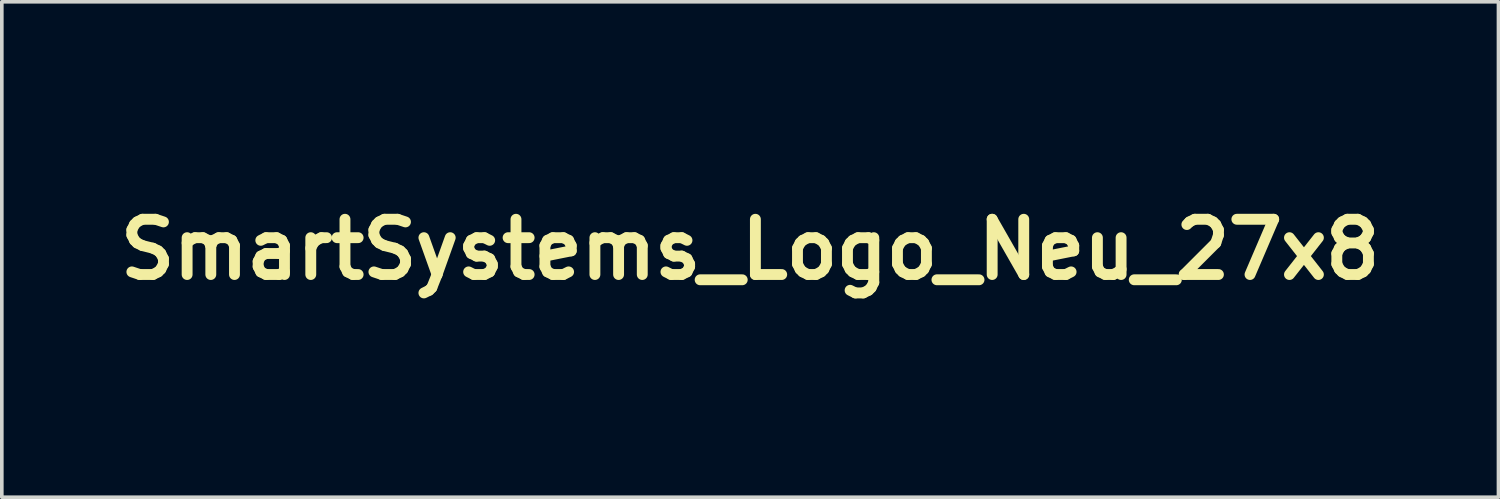
<source format=kicad_pcb>
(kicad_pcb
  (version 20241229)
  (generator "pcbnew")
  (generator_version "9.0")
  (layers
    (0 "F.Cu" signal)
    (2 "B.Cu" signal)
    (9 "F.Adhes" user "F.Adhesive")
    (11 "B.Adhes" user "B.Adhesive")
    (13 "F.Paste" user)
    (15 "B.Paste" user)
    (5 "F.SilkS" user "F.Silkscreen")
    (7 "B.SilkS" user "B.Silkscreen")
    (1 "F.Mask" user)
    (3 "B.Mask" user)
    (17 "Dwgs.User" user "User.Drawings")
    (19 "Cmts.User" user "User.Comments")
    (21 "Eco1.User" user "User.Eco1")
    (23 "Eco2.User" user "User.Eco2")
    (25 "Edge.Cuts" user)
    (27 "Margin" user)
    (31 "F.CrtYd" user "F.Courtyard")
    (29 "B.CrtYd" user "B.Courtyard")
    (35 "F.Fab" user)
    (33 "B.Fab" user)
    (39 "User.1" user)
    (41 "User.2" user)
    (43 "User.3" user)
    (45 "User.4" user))
  (footprint "SmartSystems_Logo_Neu_27x8"
    (layer "F.Cu")
    (at 17.642 3.833)
    (property "Reference" "SmartSystems_Logo_Neu_27x8" (at 0 0 0) (layer "F.SilkS") (effects (font (size 1.524 1.524) (thickness 0.3))))
    (attr through_hole)
    (fp_poly (pts (xy 11.426 2.27) (xy 11.5 2.276) (xy 11.533 2.292) (xy 11.537 2.321) (xy 11.533 2.345) (xy 11.522 2.401) (xy 11.502 2.508) (xy 11.475 2.654) (xy 11.444 2.826) (xy 11.41 3.014) (xy 11.376 3.204) (xy 11.344 3.385) (xy 11.316 3.544) (xy 11.294 3.671) (xy 11.281 3.751) (xy 11.278 3.775) (xy 11.246 3.784) (xy 11.164 3.79) (xy 11.047 3.793) (xy 11.021 3.793) (xy 10.764 3.793) (xy 10.783 3.7) (xy 10.796 3.634) (xy 10.817 3.516) (xy 10.845 3.361) (xy 10.877 3.183) (xy 10.889 3.116) (xy 10.923 2.924) (xy 10.956 2.74) (xy 10.985 2.582) (xy 11.006 2.468) (xy 11.01 2.447) (xy 11.045 2.269) (xy 11.298 2.269) (xy 11.426 2.27)) (stroke (width 0.01) (type solid)) (fill yes) (layer "F.Mask"))
    (fp_poly (pts (xy 3.92 2.27) (xy 4.134 2.272) (xy 4.315 2.276) (xy 4.454 2.281) (xy 4.543 2.287) (xy 4.572 2.293) (xy 4.55 2.327) (xy 4.491 2.396) (xy 4.406 2.485) (xy 4.378 2.514) (xy 4.185 2.709) (xy 3.701 2.709) (xy 3.511 2.71) (xy 3.379 2.712) (xy 3.294 2.718) (xy 3.245 2.729) (xy 3.223 2.746) (xy 3.217 2.77) (xy 3.217 2.777) (xy 3.22 2.801) (xy 3.235 2.819) (xy 3.271 2.831) (xy 3.338 2.839) (xy 3.445 2.843) (xy 3.601 2.844) (xy 3.815 2.845) (xy 4.417 2.845) (xy 4.233 3.031) (xy 4.049 3.217) (xy 3.116 3.217) (xy 3.116 3.387) (xy 4.417 3.387) (xy 4.015 3.793) (xy 2.519 3.793) (xy 2.656 3.031) (xy 2.794 2.269) (xy 3.683 2.269) (xy 3.92 2.27)) (stroke (width 0.01) (type solid)) (fill yes) (layer "F.Mask"))
    (fp_poly (pts (xy -11.09 2.271) (xy -11.015 2.28) (xy -10.981 2.298) (xy -10.973 2.328) (xy -10.979 2.382) (xy -10.996 2.489) (xy -11.02 2.633) (xy -11.05 2.801) (xy -11.058 2.842) (xy -11.089 3.012) (xy -11.115 3.159) (xy -11.133 3.272) (xy -11.142 3.334) (xy -11.142 3.34) (xy -11.128 3.358) (xy -11.079 3.371) (xy -10.989 3.381) (xy -10.85 3.388) (xy -10.653 3.393) (xy -10.566 3.394) (xy -9.991 3.404) (xy -10.17 3.598) (xy -10.35 3.793) (xy -11.034 3.793) (xy -11.278 3.792) (xy -11.461 3.789) (xy -11.59 3.783) (xy -11.671 3.774) (xy -11.711 3.761) (xy -11.718 3.751) (xy -11.713 3.706) (xy -11.697 3.605) (xy -11.673 3.458) (xy -11.642 3.276) (xy -11.605 3.068) (xy -11.591 2.989) (xy -11.464 2.269) (xy -11.218 2.269) (xy -11.09 2.271)) (stroke (width 0.01) (type solid)) (fill yes) (layer "F.Mask"))
    (fp_poly (pts (xy 13.699 2.286) (xy 13.174 2.635) (xy 13.008 2.746) (xy 12.863 2.846) (xy 12.748 2.926) (xy 12.672 2.982) (xy 12.643 3.008) (xy 12.664 3.039) (xy 12.725 3.102) (xy 12.815 3.184) (xy 12.846 3.21) (xy 12.978 3.325) (xy 13.129 3.458) (xy 13.267 3.583) (xy 13.276 3.591) (xy 13.496 3.792) (xy 12.752 3.793) (xy 12.445 3.487) (xy 12.138 3.181) (xy 12.092 3.487) (xy 12.047 3.793) (xy 11.53 3.793) (xy 11.666 3.031) (xy 11.803 2.269) (xy 12.048 2.269) (xy 12.169 2.27) (xy 12.245 2.281) (xy 12.285 2.314) (xy 12.293 2.38) (xy 12.277 2.491) (xy 12.248 2.633) (xy 12.227 2.755) (xy 12.226 2.829) (xy 12.244 2.848) (xy 12.276 2.812) (xy 12.31 2.781) (xy 12.387 2.72) (xy 12.498 2.636) (xy 12.631 2.538) (xy 12.652 2.523) (xy 13.008 2.267) (xy 13.699 2.286)) (stroke (width 0.01) (type solid)) (fill yes) (layer "F.Mask"))
    (fp_poly (pts (xy 1.809 2.276) (xy 2.688 2.286) (xy 2.492 2.498) (xy 2.296 2.709) (xy 2.029 2.709) (xy 1.895 2.711) (xy 1.814 2.718) (xy 1.771 2.734) (xy 1.751 2.764) (xy 1.746 2.786) (xy 1.733 2.848) (xy 1.713 2.961) (xy 1.686 3.108) (xy 1.658 3.268) (xy 1.625 3.466) (xy 1.599 3.607) (xy 1.575 3.701) (xy 1.545 3.757) (xy 1.503 3.785) (xy 1.444 3.794) (xy 1.359 3.794) (xy 1.299 3.793) (xy 1.17 3.791) (xy 1.096 3.784) (xy 1.063 3.769) (xy 1.061 3.741) (xy 1.063 3.734) (xy 1.075 3.678) (xy 1.096 3.572) (xy 1.122 3.429) (xy 1.15 3.268) (xy 1.179 3.103) (xy 1.205 2.957) (xy 1.226 2.846) (xy 1.237 2.787) (xy 1.242 2.753) (xy 1.23 2.731) (xy 1.191 2.718) (xy 1.113 2.71) (xy 0.985 2.705) (xy 0.894 2.702) (xy 0.535 2.692) (xy 0.733 2.479) (xy 0.931 2.266) (xy 1.809 2.276)) (stroke (width 0.01) (type solid)) (fill yes) (layer "F.Mask"))
    (fp_poly (pts (xy -4.536 2.27) (xy -4.324 2.273) (xy -4.145 2.277) (xy -4.008 2.283) (xy -3.922 2.289) (xy -3.895 2.296) (xy -3.917 2.33) (xy -3.977 2.399) (xy -4.063 2.488) (xy -4.09 2.516) (xy -4.286 2.709) (xy -4.806 2.709) (xy -4.826 2.819) (xy -4.84 2.895) (xy -4.862 3.02) (xy -4.891 3.177) (xy -4.922 3.349) (xy -4.923 3.353) (xy -4.999 3.776) (xy -5.257 3.786) (xy -5.387 3.789) (xy -5.463 3.786) (xy -5.497 3.772) (xy -5.503 3.746) (xy -5.501 3.735) (xy -5.491 3.683) (xy -5.472 3.583) (xy -5.447 3.448) (xy -5.419 3.294) (xy -5.389 3.133) (xy -5.362 2.982) (xy -5.339 2.853) (xy -5.323 2.761) (xy -5.317 2.721) (xy -5.317 2.721) (xy -5.349 2.716) (xy -5.433 2.712) (xy -5.557 2.71) (xy -5.656 2.709) (xy -5.798 2.707) (xy -5.911 2.702) (xy -5.98 2.695) (xy -5.994 2.689) (xy -5.974 2.655) (xy -5.919 2.584) (xy -5.841 2.491) (xy -5.822 2.468) (xy -5.649 2.269) (xy -4.772 2.269) (xy -4.536 2.27)) (stroke (width 0.01) (type solid)) (fill yes) (layer "F.Mask"))
    (fp_poly (pts (xy -12.053 2.276) (xy -11.873 2.279) (xy -11.734 2.283) (xy -11.645 2.288) (xy -11.616 2.295) (xy -11.639 2.33) (xy -11.699 2.398) (xy -11.784 2.488) (xy -11.812 2.516) (xy -12.008 2.709) (xy -12.489 2.709) (xy -12.679 2.71) (xy -12.811 2.712) (xy -12.895 2.718) (xy -12.944 2.729) (xy -12.965 2.746) (xy -12.971 2.771) (xy -12.971 2.777) (xy -12.968 2.801) (xy -12.953 2.819) (xy -12.917 2.831) (xy -12.85 2.839) (xy -12.743 2.843) (xy -12.588 2.844) (xy -12.374 2.845) (xy -11.771 2.845) (xy -12.139 3.217) (xy -13.073 3.217) (xy -13.073 3.387) (xy -11.771 3.387) (xy -11.972 3.59) (xy -12.173 3.793) (xy -12.911 3.793) (xy -13.153 3.793) (xy -13.336 3.791) (xy -13.467 3.788) (xy -13.556 3.782) (xy -13.61 3.773) (xy -13.637 3.76) (xy -13.646 3.743) (xy -13.647 3.734) (xy -13.64 3.684) (xy -13.623 3.578) (xy -13.598 3.427) (xy -13.565 3.243) (xy -13.528 3.036) (xy -13.518 2.98) (xy -13.39 2.286) (xy -12.503 2.277) (xy -12.266 2.276) (xy -12.053 2.276)) (stroke (width 0.01) (type solid)) (fill yes) (layer "F.Mask"))
    (fp_poly (pts (xy -8.06 2.489) (xy -8.278 2.709) (xy -8.762 2.709) (xy -8.952 2.71) (xy -9.084 2.712) (xy -9.169 2.718) (xy -9.218 2.729) (xy -9.24 2.746) (xy -9.245 2.77) (xy -9.246 2.777) (xy -9.243 2.801) (xy -9.228 2.819) (xy -9.191 2.831) (xy -9.124 2.839) (xy -9.017 2.843) (xy -8.86 2.844) (xy -8.651 2.845) (xy -8.056 2.845) (xy -8.219 3.031) (xy -8.382 3.216) (xy -8.844 3.217) (xy -9.038 3.218) (xy -9.175 3.224) (xy -9.264 3.236) (xy -9.316 3.258) (xy -9.34 3.292) (xy -9.347 3.341) (xy -9.347 3.356) (xy -9.315 3.366) (xy -9.224 3.374) (xy -9.083 3.381) (xy -8.901 3.385) (xy -8.696 3.387) (xy -8.045 3.387) (xy -8.448 3.793) (xy -9.185 3.793) (xy -9.401 3.792) (xy -9.591 3.79) (xy -9.747 3.786) (xy -9.859 3.781) (xy -9.917 3.775) (xy -9.923 3.772) (xy -9.917 3.733) (xy -9.902 3.64) (xy -9.878 3.504) (xy -9.849 3.338) (xy -9.816 3.153) (xy -9.782 2.962) (xy -9.749 2.778) (xy -9.718 2.611) (xy -9.693 2.474) (xy -9.675 2.38) (xy -9.668 2.345) (xy -9.651 2.269) (xy -7.842 2.269) (xy -8.06 2.489)) (stroke (width 0.01) (type solid)) (fill yes) (layer "F.Mask"))
    (fp_poly (pts (xy -6.014 2.272) (xy -5.904 2.279) (xy -5.847 2.29) (xy -5.844 2.3) (xy -5.881 2.327) (xy -5.966 2.385) (xy -6.089 2.467) (xy -6.239 2.565) (xy -6.393 2.666) (xy -6.91 3.001) (xy -6.48 3.389) (xy -6.05 3.776) (xy -6.786 3.795) (xy -7.083 3.5) (xy -7.224 3.365) (xy -7.323 3.28) (xy -7.38 3.247) (xy -7.396 3.253) (xy -7.409 3.309) (xy -7.429 3.411) (xy -7.45 3.538) (xy -7.452 3.548) (xy -7.491 3.793) (xy -7.742 3.793) (xy -7.862 3.79) (xy -7.951 3.781) (xy -7.992 3.768) (xy -7.993 3.766) (xy -7.987 3.725) (xy -7.971 3.631) (xy -7.947 3.494) (xy -7.918 3.327) (xy -7.885 3.142) (xy -7.851 2.952) (xy -7.817 2.767) (xy -7.787 2.601) (xy -7.761 2.466) (xy -7.744 2.374) (xy -7.738 2.345) (xy -7.724 2.306) (xy -7.693 2.284) (xy -7.632 2.273) (xy -7.524 2.269) (xy -7.465 2.269) (xy -7.335 2.271) (xy -7.26 2.278) (xy -7.227 2.293) (xy -7.224 2.32) (xy -7.226 2.328) (xy -7.241 2.391) (xy -7.261 2.492) (xy -7.283 2.609) (xy -7.302 2.717) (xy -7.313 2.795) (xy -7.315 2.816) (xy -7.29 2.806) (xy -7.219 2.763) (xy -7.114 2.692) (xy -6.983 2.599) (xy -6.923 2.555) (xy -6.53 2.269) (xy -6.171 2.269) (xy -6.014 2.272)) (stroke (width 0.01) (type solid)) (fill yes) (layer "F.Mask"))
    (fp_poly (pts (xy -0.364 2.265) (xy -0.155 2.287) (xy 0.011 2.33) (xy 0.147 2.396) (xy 0.233 2.46) (xy 0.36 2.608) (xy 0.427 2.785) (xy 0.434 2.99) (xy 0.384 3.216) (xy 0.296 3.387) (xy 0.158 3.544) (xy -0.015 3.671) (xy -0.181 3.745) (xy -0.33 3.778) (xy -0.522 3.801) (xy -0.737 3.813) (xy -0.955 3.815) (xy -1.154 3.806) (xy -1.314 3.785) (xy -1.355 3.775) (xy -1.525 3.716) (xy -1.648 3.639) (xy -1.742 3.53) (xy -1.788 3.452) (xy -1.835 3.352) (xy -1.855 3.26) (xy -1.854 3.145) (xy -1.85 3.092) (xy -1.839 3.033) (xy -1.342 3.033) (xy -1.341 3.184) (xy -1.293 3.29) (xy -1.193 3.358) (xy -1.063 3.39) (xy -0.918 3.402) (xy -0.74 3.402) (xy -0.557 3.391) (xy -0.392 3.372) (xy -0.276 3.347) (xy -0.172 3.281) (xy -0.1 3.165) (xy -0.069 3.011) (xy -0.068 2.979) (xy -0.082 2.864) (xy -0.13 2.78) (xy -0.219 2.724) (xy -0.356 2.691) (xy -0.549 2.677) (xy -0.64 2.676) (xy -0.876 2.684) (xy -1.053 2.707) (xy -1.18 2.75) (xy -1.266 2.817) (xy -1.317 2.913) (xy -1.342 3.033) (xy -1.839 3.033) (xy -1.803 2.853) (xy -1.707 2.657) (xy -1.559 2.501) (xy -1.36 2.384) (xy -1.106 2.306) (xy -0.798 2.266) (xy -0.627 2.26) (xy -0.364 2.265)) (stroke (width 0.01) (type solid)) (fill yes) (layer "F.Mask"))
    (fp_poly (pts (xy 6.375 2.274) (xy 6.522 2.277) (xy 6.624 2.283) (xy 6.67 2.29) (xy 6.672 2.293) (xy 6.649 2.329) (xy 6.589 2.398) (xy 6.504 2.488) (xy 6.476 2.516) (xy 6.28 2.709) (xy 5.835 2.709) (xy 5.66 2.712) (xy 5.503 2.719) (xy 5.379 2.729) (xy 5.306 2.741) (xy 5.301 2.743) (xy 5.174 2.819) (xy 5.088 2.926) (xy 5.048 3.049) (xy 5.06 3.172) (xy 5.126 3.281) (xy 5.133 3.288) (xy 5.167 3.317) (xy 5.203 3.338) (xy 5.252 3.353) (xy 5.326 3.364) (xy 5.433 3.371) (xy 5.585 3.375) (xy 5.793 3.379) (xy 5.845 3.38) (xy 6.042 3.385) (xy 6.213 3.391) (xy 6.349 3.399) (xy 6.437 3.407) (xy 6.469 3.415) (xy 6.446 3.449) (xy 6.387 3.517) (xy 6.303 3.603) (xy 6.29 3.616) (xy 6.111 3.793) (xy 5.604 3.793) (xy 5.403 3.792) (xy 5.256 3.788) (xy 5.148 3.78) (xy 5.066 3.765) (xy 4.995 3.743) (xy 4.924 3.712) (xy 4.745 3.602) (xy 4.626 3.463) (xy 4.56 3.287) (xy 4.544 3.168) (xy 4.552 2.976) (xy 4.606 2.81) (xy 4.714 2.656) (xy 4.826 2.547) (xy 4.922 2.468) (xy 5.013 2.407) (xy 5.113 2.362) (xy 5.23 2.329) (xy 5.376 2.306) (xy 5.562 2.291) (xy 5.797 2.282) (xy 5.986 2.277) (xy 6.193 2.274) (xy 6.375 2.274)) (stroke (width 0.01) (type solid)) (fill yes) (layer "F.Mask"))
    (fp_poly (pts (xy 7.302 2.396) (xy 7.282 2.517) (xy 7.262 2.649) (xy 7.259 2.667) (xy 7.238 2.811) (xy 7.664 2.811) (xy 7.842 2.81) (xy 7.964 2.806) (xy 8.041 2.798) (xy 8.083 2.783) (xy 8.103 2.762) (xy 8.107 2.752) (xy 8.119 2.697) (xy 8.139 2.603) (xy 8.16 2.492) (xy 8.179 2.385) (xy 8.192 2.307) (xy 8.196 2.28) (xy 8.227 2.275) (xy 8.309 2.271) (xy 8.426 2.269) (xy 8.45 2.269) (xy 8.571 2.27) (xy 8.661 2.273) (xy 8.702 2.277) (xy 8.703 2.278) (xy 8.697 2.312) (xy 8.681 2.403) (xy 8.655 2.541) (xy 8.623 2.717) (xy 8.585 2.921) (xy 8.568 3.014) (xy 8.529 3.228) (xy 8.494 3.42) (xy 8.465 3.579) (xy 8.445 3.695) (xy 8.434 3.759) (xy 8.433 3.768) (xy 8.402 3.78) (xy 8.319 3.789) (xy 8.202 3.793) (xy 8.179 3.793) (xy 8.057 3.792) (xy 7.968 3.789) (xy 7.926 3.785) (xy 7.925 3.785) (xy 7.931 3.75) (xy 7.946 3.665) (xy 7.969 3.546) (xy 7.976 3.511) (xy 7.999 3.385) (xy 8.017 3.287) (xy 8.026 3.235) (xy 8.026 3.23) (xy 7.995 3.225) (xy 7.908 3.223) (xy 7.779 3.222) (xy 7.62 3.224) (xy 7.595 3.225) (xy 7.163 3.234) (xy 7.109 3.505) (xy 7.056 3.776) (xy 6.801 3.786) (xy 6.545 3.796) (xy 6.606 3.464) (xy 6.637 3.292) (xy 6.675 3.082) (xy 6.714 2.864) (xy 6.743 2.701) (xy 6.819 2.269) (xy 7.324 2.269) (xy 7.302 2.396)) (stroke (width 0.01) (type solid)) (fill yes) (layer "F.Mask"))
    (fp_poly (pts (xy -2.959 2.275) (xy -2.731 2.28) (xy -2.56 2.286) (xy -2.434 2.294) (xy -2.343 2.305) (xy -2.274 2.321) (xy -2.217 2.343) (xy -2.181 2.361) (xy -2.04 2.461) (xy -1.958 2.583) (xy -1.931 2.738) (xy -1.931 2.75) (xy -1.958 2.909) (xy -2.032 3.06) (xy -2.14 3.184) (xy -2.268 3.263) (xy -2.294 3.272) (xy -2.354 3.294) (xy -2.371 3.31) (xy -2.351 3.343) (xy -2.298 3.415) (xy -2.221 3.513) (xy -2.183 3.561) (xy -1.995 3.793) (xy -2.667 3.793) (xy -2.796 3.606) (xy -2.925 3.418) (xy -3.283 3.428) (xy -3.64 3.437) (xy -3.697 3.793) (xy -3.948 3.793) (xy -4.069 3.79) (xy -4.158 3.782) (xy -4.199 3.77) (xy -4.199 3.768) (xy -4.193 3.726) (xy -4.177 3.632) (xy -4.153 3.502) (xy -4.132 3.387) (xy -4.104 3.241) (xy -4.082 3.123) (xy -4.068 3.046) (xy -4.064 3.025) (xy -4.032 3.022) (xy -3.941 3.019) (xy -3.803 3.016) (xy -3.625 3.012) (xy -3.419 3.009) (xy -3.32 3.007) (xy -3.076 3.004) (xy -2.891 3) (xy -2.755 2.994) (xy -2.659 2.987) (xy -2.595 2.976) (xy -2.552 2.962) (xy -2.522 2.942) (xy -2.504 2.925) (xy -2.456 2.863) (xy -2.458 2.808) (xy -2.47 2.781) (xy -2.485 2.758) (xy -2.507 2.74) (xy -2.545 2.727) (xy -2.608 2.719) (xy -2.705 2.713) (xy -2.844 2.711) (xy -3.034 2.71) (xy -3.252 2.709) (xy -3.469 2.708) (xy -3.66 2.705) (xy -3.817 2.7) (xy -3.93 2.694) (xy -3.99 2.686) (xy -3.996 2.683) (xy -3.974 2.648) (xy -3.914 2.58) (xy -3.828 2.49) (xy -3.797 2.459) (xy -3.598 2.263) (xy -2.959 2.275)) (stroke (width 0.01) (type solid)) (fill yes) (layer "F.Mask"))
    (fp_poly (pts (xy 9.281 2.253) (xy 9.324 2.283) (xy 9.405 2.354) (xy 9.514 2.458) (xy 9.642 2.586) (xy 9.753 2.7) (xy 9.885 2.837) (xy 10.002 2.955) (xy 10.093 3.045) (xy 10.152 3.099) (xy 10.172 3.113) (xy 10.182 3.076) (xy 10.199 2.986) (xy 10.222 2.859) (xy 10.242 2.743) (xy 10.273 2.557) (xy 10.296 2.427) (xy 10.32 2.343) (xy 10.351 2.295) (xy 10.396 2.273) (xy 10.462 2.268) (xy 10.556 2.269) (xy 10.571 2.269) (xy 10.695 2.271) (xy 10.764 2.279) (xy 10.791 2.296) (xy 10.79 2.326) (xy 10.789 2.328) (xy 10.777 2.379) (xy 10.756 2.485) (xy 10.727 2.635) (xy 10.692 2.817) (xy 10.655 3.02) (xy 10.653 3.031) (xy 10.611 3.255) (xy 10.578 3.423) (xy 10.551 3.543) (xy 10.526 3.626) (xy 10.502 3.682) (xy 10.474 3.72) (xy 10.441 3.751) (xy 10.34 3.806) (xy 10.239 3.827) (xy 10.195 3.822) (xy 10.147 3.801) (xy 10.088 3.759) (xy 10.009 3.689) (xy 9.903 3.583) (xy 9.761 3.436) (xy 9.714 3.386) (xy 9.56 3.221) (xy 9.447 3.103) (xy 9.368 3.034) (xy 9.315 3.014) (xy 9.279 3.044) (xy 9.253 3.126) (xy 9.228 3.262) (xy 9.197 3.451) (xy 9.195 3.463) (xy 9.138 3.793) (xy 8.903 3.793) (xy 8.78 3.792) (xy 8.712 3.785) (xy 8.684 3.768) (xy 8.682 3.735) (xy 8.686 3.717) (xy 8.697 3.66) (xy 8.718 3.548) (xy 8.746 3.395) (xy 8.779 3.212) (xy 8.808 3.049) (xy 8.844 2.853) (xy 8.878 2.677) (xy 8.909 2.534) (xy 8.933 2.434) (xy 8.946 2.395) (xy 9.008 2.333) (xy 9.105 2.28) (xy 9.209 2.25) (xy 9.281 2.253)) (stroke (width 0.01) (type solid)) (fill yes) (layer "F.Mask"))
    (fp_poly (pts (xy 12.376 -3.793) (xy 12.687 -3.791) (xy 12.971 -3.79) (xy 13.22 -3.787) (xy 13.429 -3.784) (xy 13.591 -3.78) (xy 13.699 -3.777) (xy 13.748 -3.772) (xy 13.75 -3.771) (xy 13.727 -3.741) (xy 13.665 -3.671) (xy 13.571 -3.569) (xy 13.453 -3.444) (xy 13.352 -3.34) (xy 12.954 -2.929) (xy 12.446 -2.913) (xy 11.938 -2.896) (xy 11.752 -1.837) (xy 11.565 -0.779) (xy 11.066 -0.779) (xy 10.872 -0.78) (xy 10.735 -0.782) (xy 10.647 -0.788) (xy 10.596 -0.799) (xy 10.573 -0.815) (xy 10.568 -0.838) (xy 10.568 -0.838) (xy 10.574 -0.886) (xy 10.591 -0.991) (xy 10.616 -1.145) (xy 10.65 -1.339) (xy 10.689 -1.565) (xy 10.732 -1.814) (xy 10.747 -1.897) (xy 10.925 -2.896) (xy 9.506 -2.929) (xy 9.62 -3.048) (xy 9.772 -3.048) (xy 10.426 -3.048) (xy 11.08 -3.048) (xy 11.06 -2.955) (xy 11.047 -2.888) (xy 11.025 -2.768) (xy 10.996 -2.607) (xy 10.961 -2.414) (xy 10.923 -2.2) (xy 10.883 -1.973) (xy 10.843 -1.746) (xy 10.805 -1.527) (xy 10.77 -1.326) (xy 10.741 -1.154) (xy 10.719 -1.021) (xy 10.705 -0.937) (xy 10.702 -0.913) (xy 10.735 -0.897) (xy 10.829 -0.888) (xy 10.98 -0.886) (xy 11.083 -0.888) (xy 11.464 -0.897) (xy 11.656 -1.964) (xy 11.703 -2.224) (xy 11.746 -2.461) (xy 11.783 -2.668) (xy 11.814 -2.837) (xy 11.836 -2.959) (xy 11.849 -3.028) (xy 11.851 -3.04) (xy 11.884 -3.042) (xy 11.973 -3.045) (xy 12.107 -3.047) (xy 12.274 -3.049) (xy 12.387 -3.049) (xy 12.92 -3.051) (xy 13.202 -3.354) (xy 13.485 -3.658) (xy 10.379 -3.658) (xy 10.075 -3.353) (xy 9.772 -3.048) (xy 9.62 -3.048) (xy 9.921 -3.361) (xy 10.336 -3.793) (xy 12.043 -3.793) (xy 12.376 -3.793)) (stroke (width 0.01) (type solid)) (fill yes) (layer "F.Mask"))
    (fp_poly (pts (xy 2.509 -0.406) (xy 2.78 -0.404) (xy 3.023 -0.401) (xy 3.228 -0.397) (xy 3.39 -0.393) (xy 3.5 -0.388) (xy 3.553 -0.382) (xy 3.556 -0.38) (xy 3.533 -0.348) (xy 3.471 -0.278) (xy 3.378 -0.18) (xy 3.262 -0.062) (xy 3.225 -0.025) (xy 2.894 0.305) (xy 2.141 0.305) (xy 2.09 0.584) (xy 2.066 0.718) (xy 2.033 0.899) (xy 1.997 1.106) (xy 1.959 1.321) (xy 1.943 1.414) (xy 1.848 1.964) (xy 1.449 1.964) (xy 1.269 1.962) (xy 1.148 1.956) (xy 1.078 1.945) (xy 1.051 1.927) (xy 1.05 1.921) (xy 1.056 1.876) (xy 1.072 1.775) (xy 1.096 1.627) (xy 1.128 1.443) (xy 1.165 1.232) (xy 1.185 1.116) (xy 1.224 0.897) (xy 1.258 0.701) (xy 1.287 0.536) (xy 1.307 0.414) (xy 1.319 0.343) (xy 1.321 0.33) (xy 1.289 0.322) (xy 1.2 0.314) (xy 1.067 0.309) (xy 0.9 0.305) (xy 0.776 0.305) (xy 0.594 0.303) (xy 0.439 0.298) (xy 0.322 0.291) (xy 0.255 0.282) (xy 0.243 0.275) (xy 0.269 0.241) (xy 0.332 0.169) (xy 0.503 0.169) (xy 0.98 0.169) (xy 1.18 0.171) (xy 1.32 0.176) (xy 1.407 0.186) (xy 1.449 0.2) (xy 1.456 0.212) (xy 1.451 0.256) (xy 1.435 0.357) (xy 1.41 0.505) (xy 1.379 0.689) (xy 1.343 0.9) (xy 1.321 1.025) (xy 1.282 1.245) (xy 1.248 1.442) (xy 1.22 1.607) (xy 1.199 1.729) (xy 1.187 1.799) (xy 1.185 1.813) (xy 1.217 1.82) (xy 1.3 1.826) (xy 1.419 1.829) (xy 1.467 1.829) (xy 1.749 1.829) (xy 1.896 0.999) (xy 2.043 0.169) (xy 2.864 0.169) (xy 3.082 -0.051) (xy 3.3 -0.271) (xy 0.897 -0.269) (xy 0.7 -0.05) (xy 0.503 0.169) (xy 0.332 0.169) (xy 0.333 0.168) (xy 0.426 0.066) (xy 0.539 -0.054) (xy 0.564 -0.08) (xy 0.873 -0.406) (xy 2.215 -0.406) (xy 2.509 -0.406)) (stroke (width 0.01) (type solid)) (fill yes) (layer "F.Mask"))
    (fp_poly (pts (xy 5.747 0.305) (xy 5.024 0.305) (xy 4.785 0.305) (xy 4.606 0.306) (xy 4.477 0.309) (xy 4.391 0.315) (xy 4.339 0.324) (xy 4.312 0.337) (xy 4.302 0.355) (xy 4.301 0.373) (xy 4.303 0.393) (xy 4.315 0.409) (xy 4.343 0.42) (xy 4.396 0.429) (xy 4.482 0.435) (xy 4.607 0.438) (xy 4.779 0.44) (xy 5.006 0.44) (xy 5.199 0.44) (xy 5.437 0.441) (xy 5.652 0.443) (xy 5.834 0.446) (xy 5.974 0.45) (xy 6.065 0.455) (xy 6.096 0.46) (xy 6.074 0.492) (xy 6.016 0.562) (xy 5.929 0.662) (xy 5.823 0.78) (xy 5.82 0.782) (xy 5.545 1.084) (xy 4.855 1.084) (xy 4.617 1.084) (xy 4.439 1.087) (xy 4.313 1.092) (xy 4.231 1.099) (xy 4.185 1.11) (xy 4.167 1.125) (xy 4.166 1.132) (xy 4.154 1.206) (xy 4.145 1.233) (xy 4.145 1.249) (xy 4.161 1.261) (xy 4.202 1.27) (xy 4.273 1.277) (xy 4.382 1.282) (xy 4.535 1.285) (xy 4.74 1.286) (xy 5.003 1.287) (xy 5.113 1.287) (xy 6.102 1.287) (xy 5.79 1.626) (xy 5.477 1.964) (xy 4.347 1.964) (xy 3.996 1.963) (xy 3.712 1.96) (xy 3.493 1.956) (xy 3.339 1.949) (xy 3.247 1.94) (xy 3.217 1.929) (xy 3.223 1.89) (xy 3.234 1.82) (xy 3.353 1.82) (xy 3.385 1.822) (xy 3.477 1.824) (xy 3.621 1.826) (xy 3.808 1.827) (xy 4.03 1.828) (xy 4.278 1.829) (xy 4.4 1.829) (xy 5.447 1.829) (xy 5.636 1.617) (xy 5.824 1.405) (xy 4.907 1.396) (xy 3.989 1.387) (xy 4.008 1.312) (xy 4.025 1.23) (xy 4.045 1.12) (xy 4.05 1.092) (xy 4.073 0.948) (xy 5.515 0.948) (xy 5.826 0.593) (xy 4.166 0.575) (xy 4.166 0.499) (xy 4.172 0.414) (xy 4.185 0.308) (xy 4.187 0.296) (xy 4.208 0.169) (xy 5.718 0.169) (xy 5.907 -0.042) (xy 6.095 -0.254) (xy 4.922 -0.263) (xy 4.647 -0.265) (xy 4.394 -0.265) (xy 4.171 -0.265) (xy 3.986 -0.264) (xy 3.846 -0.262) (xy 3.76 -0.26) (xy 3.734 -0.257) (xy 3.726 -0.223) (xy 3.708 -0.132) (xy 3.681 0.006) (xy 3.648 0.181) (xy 3.61 0.384) (xy 3.57 0.604) (xy 3.528 0.831) (xy 3.487 1.057) (xy 3.448 1.271) (xy 3.414 1.463) (xy 3.385 1.623) (xy 3.365 1.742) (xy 3.354 1.809) (xy 3.353 1.82) (xy 3.234 1.82) (xy 3.239 1.793) (xy 3.263 1.649) (xy 3.294 1.468) (xy 3.331 1.258) (xy 3.371 1.029) (xy 3.413 0.79) (xy 3.454 0.553) (xy 3.495 0.325) (xy 3.532 0.116) (xy 3.564 -0.063) (xy 3.59 -0.204) (xy 3.607 -0.297) (xy 3.61 -0.313) (xy 3.629 -0.406) (xy 6.406 -0.406) (xy 5.747 0.305)) (stroke (width 0.01) (type solid)) (fill yes) (layer "F.Mask"))
    (fp_poly (pts (xy 7.197 -3.793) (xy 7.55 -3.792) (xy 7.843 -3.788) (xy 8.084 -3.781) (xy 8.282 -3.77) (xy 8.444 -3.754) (xy 8.578 -3.733) (xy 8.692 -3.705) (xy 8.795 -3.67) (xy 8.873 -3.637) (xy 9.096 -3.504) (xy 9.263 -3.336) (xy 9.37 -3.137) (xy 9.418 -2.913) (xy 9.403 -2.667) (xy 9.342 -2.448) (xy 9.246 -2.265) (xy 9.107 -2.089) (xy 8.941 -1.939) (xy 8.766 -1.831) (xy 8.711 -1.808) (xy 8.536 -1.746) (xy 8.615 -1.66) (xy 8.664 -1.603) (xy 8.745 -1.505) (xy 8.847 -1.377) (xy 8.961 -1.232) (xy 9.004 -1.177) (xy 9.314 -0.779) (xy 7.969 -0.779) (xy 7.709 -1.169) (xy 7.449 -1.559) (xy 6.799 -1.55) (xy 6.15 -1.541) (xy 6.019 -0.779) (xy 5.516 -0.779) (xy 5.34 -0.78) (xy 5.191 -0.783) (xy 5.08 -0.788) (xy 5.02 -0.793) (xy 5.012 -0.796) (xy 5.018 -0.833) (xy 5.026 -0.881) (xy 5.142 -0.881) (xy 5.915 -0.881) (xy 5.981 -1.262) (xy 6.047 -1.643) (xy 7.535 -1.659) (xy 8.043 -0.882) (xy 9.081 -0.881) (xy 8.867 -1.158) (xy 8.755 -1.3) (xy 8.636 -1.444) (xy 8.53 -1.569) (xy 8.492 -1.611) (xy 8.413 -1.7) (xy 8.355 -1.769) (xy 8.331 -1.803) (xy 8.331 -1.804) (xy 8.361 -1.821) (xy 8.437 -1.846) (xy 8.492 -1.861) (xy 8.742 -1.956) (xy 8.955 -2.103) (xy 9.124 -2.294) (xy 9.243 -2.521) (xy 9.3 -2.749) (xy 9.298 -2.962) (xy 9.234 -3.156) (xy 9.113 -3.326) (xy 8.939 -3.466) (xy 8.717 -3.571) (xy 8.541 -3.62) (xy 8.45 -3.631) (xy 8.296 -3.641) (xy 8.085 -3.648) (xy 7.823 -3.654) (xy 7.514 -3.657) (xy 7.267 -3.658) (xy 6.173 -3.658) (xy 5.896 -3.354) (xy 5.619 -3.051) (xy 6.916 -3.041) (xy 7.251 -3.038) (xy 7.525 -3.035) (xy 7.745 -3.031) (xy 7.918 -3.027) (xy 8.05 -3.021) (xy 8.148 -3.014) (xy 8.219 -3.005) (xy 8.27 -2.993) (xy 8.307 -2.979) (xy 8.32 -2.972) (xy 8.427 -2.882) (xy 8.478 -2.768) (xy 8.476 -2.64) (xy 8.423 -2.513) (xy 8.319 -2.398) (xy 8.23 -2.337) (xy 8.077 -2.252) (xy 6.733 -2.242) (xy 5.389 -2.231) (xy 5.354 -2.055) (xy 5.334 -1.95) (xy 5.307 -1.8) (xy 5.276 -1.625) (xy 5.249 -1.473) (xy 5.22 -1.306) (xy 5.194 -1.155) (xy 5.173 -1.038) (xy 5.161 -0.974) (xy 5.142 -0.881) (xy 5.026 -0.881) (xy 5.033 -0.925) (xy 5.056 -1.061) (xy 5.085 -1.227) (xy 5.117 -1.413) (xy 5.15 -1.607) (xy 5.184 -1.797) (xy 5.214 -1.971) (xy 5.24 -2.118) (xy 5.26 -2.225) (xy 5.269 -2.276) (xy 5.288 -2.368) (xy 6.701 -2.378) (xy 7.05 -2.38) (xy 7.338 -2.383) (xy 7.57 -2.386) (xy 7.755 -2.39) (xy 7.897 -2.395) (xy 8.004 -2.401) (xy 8.081 -2.409) (xy 8.136 -2.419) (xy 8.174 -2.431) (xy 8.203 -2.446) (xy 8.207 -2.449) (xy 8.304 -2.54) (xy 8.353 -2.645) (xy 8.353 -2.748) (xy 8.303 -2.835) (xy 8.246 -2.873) (xy 8.197 -2.884) (xy 8.102 -2.893) (xy 7.957 -2.9) (xy 7.758 -2.905) (xy 7.502 -2.909) (xy 7.186 -2.912) (xy 6.806 -2.913) (xy 6.755 -2.913) (xy 6.454 -2.913) (xy 6.175 -2.914) (xy 5.925 -2.916) (xy 5.712 -2.919) (xy 5.541 -2.922) (xy 5.421 -2.926) (xy 5.359 -2.93) (xy 5.351 -2.932) (xy 5.373 -2.962) (xy 5.434 -3.032) (xy 5.527 -3.135) (xy 5.644 -3.261) (xy 5.749 -3.372) (xy 6.147 -3.793) (xy 7.197 -3.793)) (stroke (width 0.01) (type solid)) (fill yes) (layer "F.Mask"))
    (fp_poly (pts (xy -0.103 -0.406) (xy 0.11 -0.403) (xy 0.293 -0.399) (xy 0.436 -0.394) (xy 0.532 -0.387) (xy 0.57 -0.378) (xy 0.57 -0.377) (xy 0.544 -0.343) (xy 0.479 -0.27) (xy 0.386 -0.168) (xy 0.274 -0.047) (xy 0.249 -0.021) (xy -0.06 0.305) (xy -0.924 0.305) (xy -1.193 0.305) (xy -1.403 0.307) (xy -1.56 0.311) (xy -1.674 0.316) (xy -1.75 0.325) (xy -1.798 0.336) (xy -1.825 0.352) (xy -1.83 0.357) (xy -1.855 0.395) (xy -1.857 0.425) (xy -1.829 0.449) (xy -1.766 0.467) (xy -1.661 0.481) (xy -1.509 0.491) (xy -1.303 0.499) (xy -1.037 0.506) (xy -0.938 0.508) (xy -0.675 0.513) (xy -0.471 0.519) (xy -0.316 0.524) (xy -0.201 0.532) (xy -0.117 0.542) (xy -0.055 0.555) (xy -0.005 0.573) (xy 0.041 0.597) (xy 0.064 0.61) (xy 0.209 0.718) (xy 0.295 0.85) (xy 0.33 1.018) (xy 0.329 1.136) (xy 0.285 1.371) (xy 0.189 1.566) (xy 0.037 1.726) (xy -0.174 1.853) (xy -0.226 1.877) (xy -0.27 1.894) (xy -0.318 1.909) (xy -0.377 1.921) (xy -0.452 1.93) (xy -0.552 1.937) (xy -0.683 1.943) (xy -0.852 1.947) (xy -1.067 1.951) (xy -1.335 1.954) (xy -1.661 1.957) (xy -1.724 1.957) (xy -3.059 1.969) (xy -2.927 1.829) (xy -2.747 1.829) (xy -1.617 1.829) (xy -1.289 1.828) (xy -1.022 1.826) (xy -0.808 1.823) (xy -0.641 1.817) (xy -0.513 1.809) (xy -0.417 1.799) (xy -0.346 1.786) (xy -0.319 1.779) (xy -0.11 1.686) (xy 0.051 1.549) (xy 0.159 1.373) (xy 0.209 1.162) (xy 0.213 1.103) (xy 0.199 0.937) (xy 0.141 0.815) (xy 0.033 0.722) (xy -0.023 0.691) (xy -0.07 0.671) (xy -0.126 0.655) (xy -0.199 0.643) (xy -0.3 0.634) (xy -0.436 0.627) (xy -0.617 0.622) (xy -0.853 0.618) (xy -0.999 0.615) (xy -1.268 0.611) (xy -1.476 0.607) (xy -1.633 0.601) (xy -1.746 0.593) (xy -1.824 0.583) (xy -1.873 0.57) (xy -1.903 0.553) (xy -1.905 0.551) (xy -1.955 0.465) (xy -1.956 0.361) (xy -1.908 0.266) (xy -1.893 0.251) (xy -1.866 0.231) (xy -1.83 0.215) (xy -1.775 0.203) (xy -1.693 0.194) (xy -1.577 0.186) (xy -1.417 0.18) (xy -1.206 0.175) (xy -0.951 0.169) (xy -0.08 0.152) (xy 0.118 -0.061) (xy 0.315 -0.274) (xy -0.816 -0.264) (xy -1.947 -0.254) (xy -2.114 -0.168) (xy -2.233 -0.092) (xy -2.344 0.002) (xy -2.384 0.045) (xy -2.443 0.129) (xy -2.477 0.214) (xy -2.495 0.326) (xy -2.5 0.4) (xy -2.504 0.53) (xy -2.494 0.616) (xy -2.467 0.68) (xy -2.436 0.724) (xy -2.385 0.783) (xy -2.33 0.829) (xy -2.262 0.865) (xy -2.173 0.892) (xy -2.055 0.911) (xy -1.899 0.924) (xy -1.696 0.933) (xy -1.438 0.939) (xy -1.287 0.942) (xy -1.009 0.946) (xy -0.791 0.952) (xy -0.626 0.962) (xy -0.507 0.975) (xy -0.426 0.995) (xy -0.376 1.022) (xy -0.35 1.059) (xy -0.34 1.107) (xy -0.339 1.148) (xy -0.343 1.214) (xy -0.358 1.267) (xy -0.39 1.308) (xy -0.448 1.338) (xy -0.537 1.36) (xy -0.664 1.374) (xy -0.837 1.383) (xy -1.061 1.387) (xy -1.345 1.388) (xy -1.446 1.389) (xy -2.354 1.389) (xy -2.747 1.829) (xy -2.927 1.829) (xy -2.74 1.629) (xy -2.421 1.29) (xy -1.554 1.289) (xy -1.254 1.287) (xy -1.015 1.285) (xy -0.829 1.28) (xy -0.691 1.273) (xy -0.592 1.262) (xy -0.526 1.247) (xy -0.485 1.228) (xy -0.463 1.204) (xy -0.459 1.194) (xy -0.447 1.15) (xy -0.454 1.116) (xy -0.488 1.091) (xy -0.554 1.073) (xy -0.66 1.061) (xy -0.813 1.054) (xy -1.02 1.051) (xy -1.283 1.05) (xy -1.536 1.048) (xy -1.762 1.043) (xy -1.951 1.035) (xy -2.093 1.026) (xy -2.179 1.014) (xy -2.184 1.012) (xy -2.369 0.931) (xy -2.508 0.806) (xy -2.598 0.647) (xy -2.634 0.463) (xy -2.614 0.263) (xy -2.544 0.076) (xy -2.417 -0.1) (xy -2.235 -0.237) (xy -1.999 -0.336) (xy -1.869 -0.368) (xy -1.795 -0.377) (xy -1.669 -0.385) (xy -1.501 -0.392) (xy -1.299 -0.397) (xy -1.072 -0.402) (xy -0.83 -0.405) (xy -0.582 -0.406) (xy -0.336 -0.407) (xy -0.103 -0.406)) (stroke (width 0.01) (type solid)) (fill yes) (layer "F.Mask"))
    (fp_poly (pts (xy -0.753 -3.813) (xy -0.645 -3.772) (xy -0.597 -3.741) (xy -0.556 -3.706) (xy -0.521 -3.662) (xy -0.491 -3.6) (xy -0.464 -3.516) (xy -0.438 -3.401) (xy -0.412 -3.251) (xy -0.385 -3.059) (xy -0.354 -2.817) (xy -0.319 -2.521) (xy -0.284 -2.209) (xy -0.25 -1.919) (xy -0.219 -1.651) (xy -0.191 -1.412) (xy -0.166 -1.209) (xy -0.146 -1.05) (xy -0.131 -0.942) (xy -0.123 -0.892) (xy -0.122 -0.89) (xy -0.098 -0.912) (xy -0.033 -0.98) (xy 0.068 -1.089) (xy 0.201 -1.236) (xy 0.363 -1.414) (xy 0.547 -1.62) (xy 0.751 -1.848) (xy 0.97 -2.094) (xy 1.043 -2.177) (xy 1.272 -2.434) (xy 1.492 -2.68) (xy 1.698 -2.909) (xy 1.885 -3.116) (xy 2.048 -3.295) (xy 2.183 -3.44) (xy 2.284 -3.547) (xy 2.346 -3.609) (xy 2.353 -3.616) (xy 2.515 -3.737) (xy 2.675 -3.804) (xy 2.855 -3.824) (xy 2.947 -3.82) (xy 3.043 -3.811) (xy 3.125 -3.793) (xy 3.198 -3.76) (xy 3.268 -3.706) (xy 3.339 -3.625) (xy 3.418 -3.511) (xy 3.509 -3.356) (xy 3.619 -3.155) (xy 3.751 -2.902) (xy 3.792 -2.822) (xy 3.927 -2.562) (xy 4.072 -2.281) (xy 4.218 -1.997) (xy 4.357 -1.728) (xy 4.479 -1.493) (xy 4.529 -1.397) (xy 4.848 -0.779) (xy 3.064 -0.779) (xy 2.671 -0.779) (xy 2.34 -0.779) (xy 2.067 -0.78) (xy 1.846 -0.781) (xy 1.672 -0.784) (xy 1.539 -0.787) (xy 1.443 -0.791) (xy 1.377 -0.797) (xy 1.338 -0.805) (xy 1.319 -0.814) (xy 1.315 -0.825) (xy 1.322 -0.839) (xy 1.325 -0.844) (xy 1.364 -0.892) (xy 1.439 -0.979) (xy 1.54 -1.093) (xy 1.657 -1.225) (xy 1.693 -1.265) (xy 2.015 -1.622) (xy 2.599 -1.624) (xy 2.79 -1.625) (xy 2.954 -1.628) (xy 3.082 -1.633) (xy 3.161 -1.638) (xy 3.183 -1.642) (xy 3.169 -1.68) (xy 3.13 -1.764) (xy 3.072 -1.883) (xy 3.003 -2.023) (xy 2.927 -2.173) (xy 2.851 -2.32) (xy 2.782 -2.453) (xy 2.725 -2.559) (xy 2.688 -2.625) (xy 2.676 -2.642) (xy 2.65 -2.617) (xy 2.584 -2.547) (xy 2.484 -2.438) (xy 2.355 -2.295) (xy 2.201 -2.123) (xy 2.028 -1.928) (xy 1.841 -1.717) (xy 1.835 -1.71) (xy 1.012 -0.779) (xy -1.116 -0.779) (xy -1.133 -0.855) (xy -1.141 -0.913) (xy -1.153 -1.025) (xy -1.169 -1.18) (xy -1.187 -1.365) (xy -1.202 -1.541) (xy -1.221 -1.748) (xy -1.239 -1.943) (xy -1.255 -2.109) (xy -1.267 -2.234) (xy -1.274 -2.295) (xy -1.291 -2.44) (xy -1.825 -1.685) (xy -2.026 -1.406) (xy -2.192 -1.183) (xy -2.325 -1.015) (xy -2.425 -0.901) (xy -2.492 -0.841) (xy -2.661 -0.762) (xy -2.855 -0.728) (xy -3.042 -0.744) (xy -3.111 -0.765) (xy -3.171 -0.794) (xy -3.226 -0.84) (xy -3.28 -0.907) (xy -3.334 -1.004) (xy -3.395 -1.135) (xy -3.464 -1.309) (xy -3.545 -1.531) (xy -3.641 -1.807) (xy -3.693 -1.958) (xy -3.871 -2.477) (xy -3.969 -2.246) (xy -4.014 -2.141) (xy -4.081 -1.988) (xy -4.162 -1.803) (xy -4.251 -1.599) (xy -4.34 -1.397) (xy -4.613 -0.779) (xy -5.618 -0.779) (xy -5.559 -0.905) (xy -5.418 -0.905) (xy -5.387 -0.895) (xy -5.302 -0.888) (xy -5.177 -0.886) (xy -5.057 -0.888) (xy -4.695 -0.897) (xy -4.495 -1.338) (xy -4.416 -1.514) (xy -4.326 -1.718) (xy -4.231 -1.936) (xy -4.137 -2.155) (xy -4.048 -2.36) (xy -3.972 -2.54) (xy -3.915 -2.679) (xy -3.89 -2.741) (xy -3.877 -2.759) (xy -3.86 -2.751) (xy -3.836 -2.711) (xy -3.801 -2.633) (xy -3.755 -2.51) (xy -3.693 -2.336) (xy -3.614 -2.106) (xy -3.593 -2.046) (xy -3.495 -1.758) (xy -3.415 -1.527) (xy -3.35 -1.347) (xy -3.299 -1.209) (xy -3.257 -1.107) (xy -3.221 -1.033) (xy -3.19 -0.982) (xy -3.159 -0.945) (xy -3.126 -0.915) (xy -3.12 -0.91) (xy -3.017 -0.865) (xy -2.878 -0.849) (xy -2.73 -0.864) (xy -2.598 -0.907) (xy -2.548 -0.937) (xy -2.492 -0.992) (xy -2.402 -1.1) (xy -2.282 -1.256) (xy -2.135 -1.455) (xy -1.965 -1.692) (xy -1.774 -1.963) (xy -1.567 -2.263) (xy -1.487 -2.379) (xy -1.368 -2.553) (xy -1.281 -2.671) (xy -1.221 -2.734) (xy -1.184 -2.744) (xy -1.163 -2.701) (xy -1.154 -2.605) (xy -1.152 -2.459) (xy -1.152 -2.435) (xy -1.148 -2.323) (xy -1.138 -2.16) (xy -1.124 -1.961) (xy -1.106 -1.742) (xy -1.085 -1.519) (xy -1.064 -1.307) (xy -1.044 -1.123) (xy -1.031 -1.024) (xy -1.012 -0.881) (xy -0.641 -0.881) (xy 0.056 -0.881) (xy 0.945 -0.881) (xy 1.812 -1.863) (xy 2.005 -2.081) (xy 2.184 -2.282) (xy 2.345 -2.461) (xy 2.482 -2.612) (xy 2.59 -2.73) (xy 2.665 -2.809) (xy 2.701 -2.844) (xy 2.703 -2.845) (xy 2.722 -2.816) (xy 2.766 -2.738) (xy 2.83 -2.62) (xy 2.907 -2.473) (xy 2.993 -2.307) (xy 3.082 -2.134) (xy 3.169 -1.964) (xy 3.248 -1.807) (xy 3.314 -1.674) (xy 3.362 -1.575) (xy 3.385 -1.521) (xy 3.387 -1.515) (xy 3.355 -1.513) (xy 3.265 -1.512) (xy 3.128 -1.512) (xy 2.955 -1.513) (xy 2.755 -1.515) (xy 2.735 -1.515) (xy 2.083 -1.523) (xy 1.805 -1.21) (xy 1.528 -0.897) (xy 3.072 -0.889) (xy 3.389 -0.887) (xy 3.684 -0.886) (xy 3.952 -0.886) (xy 4.185 -0.887) (xy 4.376 -0.888) (xy 4.518 -0.89) (xy 4.606 -0.892) (xy 4.631 -0.895) (xy 4.62 -0.927) (xy 4.58 -1.011) (xy 4.517 -1.141) (xy 4.434 -1.308) (xy 4.335 -1.506) (xy 4.223 -1.726) (xy 4.103 -1.962) (xy 3.978 -2.205) (xy 3.852 -2.449) (xy 3.73 -2.686) (xy 3.614 -2.908) (xy 3.509 -3.108) (xy 3.418 -3.279) (xy 3.346 -3.413) (xy 3.295 -3.502) (xy 3.275 -3.534) (xy 3.158 -3.645) (xy 3.006 -3.708) (xy 2.833 -3.718) (xy 2.652 -3.674) (xy 2.625 -3.662) (xy 2.58 -3.639) (xy 2.532 -3.608) (xy 2.477 -3.565) (xy 2.411 -3.506) (xy 2.33 -3.427) (xy 2.229 -3.323) (xy 2.106 -3.191) (xy 1.957 -3.027) (xy 1.777 -2.826) (xy 1.562 -2.585) (xy 1.31 -2.299) (xy 1.134 -2.1) (xy 0.93 -1.869) (xy 0.738 -1.652) (xy 0.564 -1.454) (xy 0.411 -1.281) (xy 0.286 -1.139) (xy 0.192 -1.033) (xy 0.136 -0.97) (xy 0.124 -0.957) (xy 0.056 -0.881) (xy -0.641 -0.881) (xy -0.479 -0.881) (xy -0.373 -0.884) (xy -0.311 -0.893) (xy -0.281 -0.909) (xy -0.272 -0.936) (xy -0.271 -0.962) (xy -0.275 -1.036) (xy -0.286 -1.165) (xy -0.304 -1.338) (xy -0.327 -1.547) (xy -0.353 -1.782) (xy -0.382 -2.035) (xy -0.413 -2.294) (xy -0.445 -2.552) (xy -0.476 -2.799) (xy -0.505 -3.025) (xy -0.532 -3.221) (xy -0.554 -3.377) (xy -0.571 -3.485) (xy -0.582 -3.535) (xy -0.649 -3.622) (xy -0.759 -3.69) (xy -0.888 -3.724) (xy -0.92 -3.725) (xy -0.995 -3.711) (xy -1.097 -3.674) (xy -1.14 -3.655) (xy -1.192 -3.625) (xy -1.248 -3.58) (xy -1.314 -3.513) (xy -1.396 -3.419) (xy -1.499 -3.289) (xy -1.63 -3.118) (xy -1.794 -2.898) (xy -1.804 -2.885) (xy -1.956 -2.679) (xy -2.104 -2.478) (xy -2.241 -2.292) (xy -2.358 -2.13) (xy -2.448 -2.006) (xy -2.489 -1.947) (xy -2.566 -1.836) (xy -2.63 -1.746) (xy -2.67 -1.691) (xy -2.676 -1.683) (xy -2.697 -1.7) (xy -2.732 -1.768) (xy -2.776 -1.874) (xy -2.793 -1.92) (xy -2.861 -2.108) (xy -2.939 -2.318) (xy -3.023 -2.54) (xy -3.109 -2.764) (xy -3.193 -2.98) (xy -3.271 -3.177) (xy -3.34 -3.345) (xy -3.395 -3.475) (xy -3.432 -3.557) (xy -3.442 -3.575) (xy -3.538 -3.664) (xy -3.668 -3.708) (xy -3.816 -3.708) (xy -3.966 -3.664) (xy -4.103 -3.578) (xy -4.136 -3.546) (xy -4.183 -3.481) (xy -4.255 -3.355) (xy -4.352 -3.171) (xy -4.473 -2.928) (xy -4.618 -2.63) (xy -4.786 -2.276) (xy -4.829 -2.184) (xy -4.956 -1.913) (xy -5.074 -1.66) (xy -5.179 -1.433) (xy -5.269 -1.238) (xy -5.34 -1.082) (xy -5.39 -0.971) (xy -5.415 -0.912) (xy -5.418 -0.905) (xy -5.559 -0.905) (xy -5.304 -1.448) (xy -5.185 -1.702) (xy -5.05 -1.989) (xy -4.912 -2.284) (xy -4.782 -2.563) (xy -4.69 -2.76) (xy -4.594 -2.963) (xy -4.501 -3.154) (xy -4.417 -3.321) (xy -4.348 -3.452) (xy -4.301 -3.535) (xy -4.295 -3.544) (xy -4.171 -3.68) (xy -4.017 -3.772) (xy -3.847 -3.821) (xy -3.675 -3.823) (xy -3.516 -3.779) (xy -3.383 -3.685) (xy -3.346 -3.642) (xy -3.314 -3.582) (xy -3.26 -3.462) (xy -3.186 -3.283) (xy -3.093 -3.048) (xy -2.981 -2.761) (xy -2.852 -2.424) (xy -2.724 -2.085) (xy -2.662 -1.919) (xy -2.603 -2.001) (xy -2.313 -2.401) (xy -2.059 -2.746) (xy -1.84 -3.038) (xy -1.655 -3.278) (xy -1.503 -3.467) (xy -1.383 -3.607) (xy -1.293 -3.699) (xy -1.239 -3.743) (xy -1.085 -3.804) (xy -0.915 -3.828) (xy -0.753 -3.813)) (stroke (width 0.01) (type solid)) (fill yes) (layer "F.Mask"))
    (fp_poly (pts (xy -6.647 -3.827) (xy -6.342 -3.826) (xy -6.068 -3.825) (xy -5.832 -3.822) (xy -5.64 -3.82) (xy -5.497 -3.816) (xy -5.41 -3.812) (xy -5.385 -3.808) (xy -5.407 -3.78) (xy -5.47 -3.709) (xy -5.569 -3.601) (xy -5.697 -3.462) (xy -5.849 -3.299) (xy -6.019 -3.118) (xy -6.085 -3.047) (xy -6.785 -2.305) (xy -8.843 -2.295) (xy -9.267 -2.293) (xy -9.629 -2.292) (xy -9.934 -2.29) (xy -10.186 -2.287) (xy -10.392 -2.284) (xy -10.557 -2.281) (xy -10.685 -2.276) (xy -10.783 -2.271) (xy -10.854 -2.264) (xy -10.905 -2.256) (xy -10.941 -2.246) (xy -10.967 -2.234) (xy -10.989 -2.22) (xy -10.995 -2.215) (xy -11.083 -2.118) (xy -11.129 -2) (xy -11.133 -1.881) (xy -11.094 -1.777) (xy -11.032 -1.72) (xy -10.998 -1.71) (xy -10.933 -1.701) (xy -10.831 -1.693) (xy -10.689 -1.686) (xy -10.501 -1.68) (xy -10.265 -1.674) (xy -9.975 -1.669) (xy -9.627 -1.664) (xy -9.218 -1.659) (xy -9.042 -1.657) (xy -8.615 -1.653) (xy -8.25 -1.649) (xy -7.94 -1.644) (xy -7.68 -1.639) (xy -7.464 -1.632) (xy -7.285 -1.623) (xy -7.139 -1.611) (xy -7.018 -1.597) (xy -6.918 -1.579) (xy -6.831 -1.556) (xy -6.752 -1.53) (xy -6.675 -1.498) (xy -6.595 -1.46) (xy -6.548 -1.437) (xy -6.318 -1.29) (xy -6.13 -1.095) (xy -5.994 -0.863) (xy -5.914 -0.604) (xy -5.908 -0.567) (xy -5.885 -0.406) (xy -5.406 -0.406) (xy -4.928 -0.406) (xy -4.606 0.066) (xy -4.284 0.538) (xy -3.335 -0.406) (xy -2.833 -0.406) (xy -2.659 -0.405) (xy -2.512 -0.4) (xy -2.405 -0.392) (xy -2.348 -0.383) (xy -2.342 -0.378) (xy -2.369 -0.349) (xy -2.439 -0.279) (xy -2.547 -0.175) (xy -2.687 -0.041) (xy -2.853 0.117) (xy -3.039 0.293) (xy -3.172 0.418) (xy -3.989 1.186) (xy -4.045 1.499) (xy -4.071 1.646) (xy -4.094 1.774) (xy -4.112 1.865) (xy -4.116 1.888) (xy -4.126 1.92) (xy -4.148 1.942) (xy -4.192 1.955) (xy -4.271 1.961) (xy -4.396 1.964) (xy -4.539 1.964) (xy -4.711 1.964) (xy -4.825 1.961) (xy -4.893 1.954) (xy -4.926 1.941) (xy -4.934 1.919) (xy -4.929 1.888) (xy -4.896 1.731) (xy -4.867 1.567) (xy -4.843 1.413) (xy -4.826 1.284) (xy -4.82 1.195) (xy -4.822 1.166) (xy -4.847 1.126) (xy -4.904 1.043) (xy -4.988 0.925) (xy -5.091 0.781) (xy -5.208 0.62) (xy -5.333 0.451) (xy -5.458 0.281) (xy -5.578 0.121) (xy -5.685 -0.023) (xy -5.775 -0.14) (xy -5.84 -0.223) (xy -5.865 -0.252) (xy -5.69 -0.252) (xy -5.67 -0.221) (xy -5.616 -0.143) (xy -5.532 -0.026) (xy -5.424 0.124) (xy -5.297 0.297) (xy -5.182 0.454) (xy -4.675 1.143) (xy -4.736 1.487) (xy -4.797 1.831) (xy -4.508 1.822) (xy -4.218 1.812) (xy -4.163 1.476) (xy -4.107 1.141) (xy -3.874 0.917) (xy -3.775 0.822) (xy -3.638 0.692) (xy -3.478 0.54) (xy -3.305 0.376) (xy -3.133 0.213) (xy -3.133 0.212) (xy -2.625 -0.269) (xy -2.963 -0.27) (xy -3.301 -0.271) (xy -3.805 0.229) (xy -3.955 0.375) (xy -4.089 0.502) (xy -4.198 0.602) (xy -4.277 0.668) (xy -4.318 0.695) (xy -4.322 0.694) (xy -4.345 0.656) (xy -4.4 0.573) (xy -4.481 0.454) (xy -4.58 0.309) (xy -4.659 0.195) (xy -4.983 -0.271) (xy -5.336 -0.271) (xy -5.482 -0.269) (xy -5.598 -0.265) (xy -5.671 -0.258) (xy -5.69 -0.252) (xy -5.865 -0.252) (xy -5.873 -0.262) (xy -5.876 -0.264) (xy -5.886 -0.229) (xy -5.905 -0.142) (xy -5.929 -0.021) (xy -5.94 0.034) (xy -6.036 0.385) (xy -6.185 0.694) (xy -6.387 0.962) (xy -6.643 1.188) (xy -6.951 1.371) (xy -7.313 1.513) (xy -7.727 1.612) (xy -8.062 1.658) (xy -8.182 1.666) (xy -8.361 1.673) (xy -8.599 1.679) (xy -8.898 1.684) (xy -9.258 1.687) (xy -9.682 1.688) (xy -10.17 1.689) (xy -10.724 1.688) (xy -11.097 1.686) (xy -13.744 1.676) (xy -13.632 1.558) (xy -13.457 1.558) (xy -10.78 1.558) (xy -10.274 1.558) (xy -9.832 1.557) (xy -9.448 1.556) (xy -9.117 1.554) (xy -8.835 1.552) (xy -8.598 1.549) (xy -8.399 1.545) (xy -8.236 1.541) (xy -8.102 1.535) (xy -7.994 1.528) (xy -7.906 1.52) (xy -7.834 1.511) (xy -7.802 1.506) (xy -7.547 1.456) (xy -7.334 1.398) (xy -7.138 1.325) (xy -6.936 1.229) (xy -6.933 1.227) (xy -6.651 1.045) (xy -6.42 0.819) (xy -6.24 0.553) (xy -6.115 0.251) (xy -6.046 -0.084) (xy -6.035 -0.425) (xy -6.044 -0.584) (xy -6.061 -0.7) (xy -6.091 -0.795) (xy -6.139 -0.893) (xy -6.151 -0.916) (xy -6.298 -1.111) (xy -6.498 -1.27) (xy -6.753 -1.392) (xy -7.064 -1.478) (xy -7.383 -1.525) (xy -7.483 -1.531) (xy -7.643 -1.537) (xy -7.853 -1.543) (xy -8.106 -1.547) (xy -8.392 -1.551) (xy -8.705 -1.554) (xy -9.034 -1.556) (xy -9.32 -1.557) (xy -9.68 -1.558) (xy -10.009 -1.56) (xy -10.302 -1.563) (xy -10.552 -1.568) (xy -10.755 -1.573) (xy -10.905 -1.579) (xy -10.996 -1.586) (xy -11.02 -1.59) (xy -11.143 -1.659) (xy -11.215 -1.758) (xy -11.243 -1.899) (xy -11.244 -1.943) (xy -11.233 -2.081) (xy -11.197 -2.18) (xy -11.17 -2.218) (xy -11.138 -2.258) (xy -11.107 -2.293) (xy -11.071 -2.323) (xy -11.025 -2.347) (xy -10.965 -2.368) (xy -10.884 -2.384) (xy -10.778 -2.397) (xy -10.642 -2.408) (xy -10.47 -2.416) (xy -10.256 -2.422) (xy -9.997 -2.427) (xy -9.686 -2.431) (xy -9.319 -2.434) (xy -8.89 -2.438) (xy -8.829 -2.438) (xy -6.805 -2.455) (xy -6.232 -3.065) (xy -5.66 -3.675) (xy -8.105 -3.684) (xy -8.629 -3.686) (xy -9.091 -3.687) (xy -9.494 -3.686) (xy -9.846 -3.684) (xy -10.15 -3.68) (xy -10.411 -3.673) (xy -10.636 -3.663) (xy -10.828 -3.649) (xy -10.992 -3.632) (xy -11.135 -3.611) (xy -11.26 -3.585) (xy -11.374 -3.554) (xy -11.481 -3.517) (xy -11.585 -3.475) (xy -11.693 -3.427) (xy -11.769 -3.391) (xy -12.07 -3.215) (xy -12.317 -2.999) (xy -12.506 -2.747) (xy -12.639 -2.459) (xy -12.713 -2.138) (xy -12.728 -1.785) (xy -12.727 -1.763) (xy -12.712 -1.588) (xy -12.686 -1.455) (xy -12.642 -1.339) (xy -12.624 -1.303) (xy -12.503 -1.121) (xy -12.338 -0.953) (xy -12.154 -0.82) (xy -12.064 -0.774) (xy -11.978 -0.739) (xy -11.891 -0.709) (xy -11.798 -0.684) (xy -11.692 -0.664) (xy -11.568 -0.648) (xy -11.418 -0.635) (xy -11.236 -0.625) (xy -11.018 -0.618) (xy -10.755 -0.614) (xy -10.442 -0.611) (xy -10.073 -0.61) (xy -9.718 -0.61) (xy -9.285 -0.609) (xy -8.903 -0.606) (xy -8.575 -0.603) (xy -8.305 -0.597) (xy -8.094 -0.591) (xy -7.946 -0.583) (xy -7.862 -0.574) (xy -7.86 -0.573) (xy -7.695 -0.51) (xy -7.582 -0.407) (xy -7.524 -0.272) (xy -7.526 -0.115) (xy -7.578 0.033) (xy -7.649 0.13) (xy -7.743 0.212) (xy -7.755 0.219) (xy -7.781 0.233) (xy -7.81 0.245) (xy -7.847 0.255) (xy -7.898 0.263) (xy -7.967 0.27) (xy -8.061 0.276) (xy -8.183 0.281) (xy -8.339 0.285) (xy -8.535 0.288) (xy -8.774 0.29) (xy -9.063 0.292) (xy -9.407 0.294) (xy -9.81 0.296) (xy -10.079 0.297) (xy -12.283 0.307) (xy -12.788 0.84) (xy -12.942 1.003) (xy -13.085 1.155) (xy -13.209 1.287) (xy -13.305 1.39) (xy -13.365 1.455) (xy -13.375 1.466) (xy -13.457 1.558) (xy -13.632 1.558) (xy -13.056 0.948) (xy -12.368 0.22) (xy -10.155 0.203) (xy -9.711 0.2) (xy -9.329 0.196) (xy -9.005 0.193) (xy -8.734 0.19) (xy -8.51 0.186) (xy -8.329 0.181) (xy -8.185 0.176) (xy -8.074 0.171) (xy -7.99 0.164) (xy -7.928 0.156) (xy -7.884 0.147) (xy -7.852 0.136) (xy -7.833 0.127) (xy -7.726 0.048) (xy -7.67 -0.053) (xy -7.654 -0.196) (xy -7.674 -0.321) (xy -7.725 -0.393) (xy -7.743 -0.407) (xy -7.768 -0.418) (xy -7.805 -0.429) (xy -7.859 -0.437) (xy -7.936 -0.444) (xy -8.042 -0.45) (xy -8.181 -0.455) (xy -8.36 -0.46) (xy -8.584 -0.464) (xy -8.857 -0.468) (xy -9.186 -0.472) (xy -9.576 -0.476) (xy -9.681 -0.477) (xy -10.098 -0.482) (xy -10.453 -0.487) (xy -10.751 -0.491) (xy -10.999 -0.496) (xy -11.202 -0.502) (xy -11.366 -0.508) (xy -11.496 -0.515) (xy -11.599 -0.524) (xy -11.679 -0.534) (xy -11.742 -0.545) (xy -11.78 -0.554) (xy -12.095 -0.666) (xy -12.359 -0.821) (xy -12.57 -1.015) (xy -12.726 -1.247) (xy -12.824 -1.512) (xy -12.864 -1.806) (xy -12.842 -2.128) (xy -12.823 -2.232) (xy -12.719 -2.574) (xy -12.562 -2.874) (xy -12.351 -3.133) (xy -12.087 -3.351) (xy -11.769 -3.527) (xy -11.398 -3.661) (xy -10.974 -3.755) (xy -10.672 -3.793) (xy -10.589 -3.798) (xy -10.449 -3.802) (xy -10.259 -3.807) (xy -10.025 -3.81) (xy -9.754 -3.814) (xy -9.451 -3.817) (xy -9.123 -3.82) (xy -8.776 -3.822) (xy -8.416 -3.824) (xy -8.05 -3.826) (xy -7.684 -3.827) (xy -7.324 -3.828) (xy -6.976 -3.828) (xy -6.647 -3.827)) (stroke (width 0.01) (type solid)) (fill yes) (layer "F.Mask"))
    (fp_poly (pts (xy 9.723 -0.403) (xy 9.84 -0.335) (xy 9.849 -0.326) (xy 9.875 -0.294) (xy 9.898 -0.248) (xy 9.92 -0.181) (xy 9.942 -0.088) (xy 9.964 0.037) (xy 9.988 0.2) (xy 10.015 0.408) (xy 10.045 0.666) (xy 10.079 0.98) (xy 10.112 1.283) (xy 10.133 1.472) (xy 10.153 1.635) (xy 10.172 1.762) (xy 10.186 1.841) (xy 10.194 1.863) (xy 10.225 1.84) (xy 10.237 1.829) (xy 10.42 1.829) (xy 11.554 1.829) (xy 11.877 1.828) (xy 12.141 1.827) (xy 12.351 1.823) (xy 12.517 1.818) (xy 12.644 1.811) (xy 12.742 1.801) (xy 12.816 1.788) (xy 12.865 1.776) (xy 13.043 1.697) (xy 13.19 1.58) (xy 13.303 1.437) (xy 13.376 1.278) (xy 13.405 1.115) (xy 13.386 0.959) (xy 13.314 0.821) (xy 13.272 0.776) (xy 13.209 0.726) (xy 13.131 0.687) (xy 13.03 0.658) (xy 12.899 0.636) (xy 12.728 0.622) (xy 12.51 0.614) (xy 12.237 0.61) (xy 12.083 0.61) (xy 11.834 0.609) (xy 11.644 0.607) (xy 11.504 0.603) (xy 11.406 0.596) (xy 11.34 0.585) (xy 11.297 0.571) (xy 11.272 0.554) (xy 11.219 0.465) (xy 11.218 0.36) (xy 11.267 0.265) (xy 11.281 0.251) (xy 11.307 0.231) (xy 11.343 0.216) (xy 11.396 0.204) (xy 11.475 0.195) (xy 11.589 0.188) (xy 11.744 0.184) (xy 11.951 0.18) (xy 12.217 0.176) (xy 12.227 0.176) (xy 13.101 0.166) (xy 13.293 -0.052) (xy 13.485 -0.271) (xy 12.438 -0.271) (xy 12.11 -0.27) (xy 11.842 -0.267) (xy 11.625 -0.262) (xy 11.452 -0.252) (xy 11.315 -0.237) (xy 11.205 -0.216) (xy 11.115 -0.189) (xy 11.036 -0.154) (xy 10.961 -0.11) (xy 10.936 -0.093) (xy 10.811 0.025) (xy 10.724 0.181) (xy 10.677 0.356) (xy 10.677 0.531) (xy 10.727 0.688) (xy 10.737 0.705) (xy 10.779 0.767) (xy 10.828 0.817) (xy 10.891 0.856) (xy 10.976 0.885) (xy 11.091 0.907) (xy 11.245 0.922) (xy 11.444 0.933) (xy 11.698 0.942) (xy 11.914 0.947) (xy 12.187 0.953) (xy 12.4 0.959) (xy 12.56 0.967) (xy 12.675 0.979) (xy 12.752 0.996) (xy 12.799 1.019) (xy 12.824 1.052) (xy 12.833 1.094) (xy 12.835 1.149) (xy 12.835 1.153) (xy 12.816 1.248) (xy 12.787 1.306) (xy 12.77 1.325) (xy 12.743 1.34) (xy 12.7 1.352) (xy 12.633 1.361) (xy 12.534 1.368) (xy 12.394 1.374) (xy 12.208 1.378) (xy 11.966 1.382) (xy 11.78 1.385) (xy 10.82 1.398) (xy 10.42 1.829) (xy 10.237 1.829) (xy 10.292 1.778) (xy 10.387 1.686) (xy 10.497 1.575) (xy 10.778 1.287) (xy 11.633 1.287) (xy 11.873 1.286) (xy 12.095 1.284) (xy 12.289 1.28) (xy 12.445 1.276) (xy 12.552 1.27) (xy 12.593 1.266) (xy 12.674 1.23) (xy 12.721 1.173) (xy 12.724 1.113) (xy 12.695 1.08) (xy 12.649 1.072) (xy 12.546 1.064) (xy 12.395 1.058) (xy 12.208 1.053) (xy 11.995 1.051) (xy 11.887 1.05) (xy 11.6 1.049) (xy 11.372 1.044) (xy 11.193 1.034) (xy 11.054 1.018) (xy 10.947 0.996) (xy 10.86 0.965) (xy 10.787 0.925) (xy 10.757 0.905) (xy 10.646 0.788) (xy 10.572 0.63) (xy 10.543 0.452) (xy 10.548 0.363) (xy 10.607 0.132) (xy 10.718 -0.056) (xy 10.882 -0.203) (xy 11.1 -0.31) (xy 11.327 -0.369) (xy 11.4 -0.377) (xy 11.526 -0.384) (xy 11.694 -0.391) (xy 11.896 -0.396) (xy 12.123 -0.4) (xy 12.365 -0.404) (xy 12.614 -0.406) (xy 12.859 -0.407) (xy 13.092 -0.407) (xy 13.303 -0.406) (xy 13.484 -0.403) (xy 13.625 -0.399) (xy 13.716 -0.394) (xy 13.75 -0.387) (xy 13.75 -0.387) (xy 13.728 -0.356) (xy 13.668 -0.286) (xy 13.579 -0.186) (xy 13.468 -0.066) (xy 13.437 -0.032) (xy 13.123 0.304) (xy 12.252 0.305) (xy 11.987 0.305) (xy 11.781 0.306) (xy 11.627 0.309) (xy 11.516 0.313) (xy 11.441 0.32) (xy 11.394 0.331) (xy 11.366 0.345) (xy 11.35 0.364) (xy 11.346 0.37) (xy 11.33 0.433) (xy 11.354 0.464) (xy 11.398 0.472) (xy 11.5 0.48) (xy 11.651 0.489) (xy 11.841 0.497) (xy 12.059 0.504) (xy 12.243 0.508) (xy 12.508 0.514) (xy 12.714 0.519) (xy 12.871 0.526) (xy 12.987 0.534) (xy 13.073 0.545) (xy 13.136 0.559) (xy 13.187 0.577) (xy 13.225 0.596) (xy 13.38 0.708) (xy 13.475 0.855) (xy 13.512 1.035) (xy 13.513 1.059) (xy 13.492 1.281) (xy 13.426 1.464) (xy 13.308 1.628) (xy 13.275 1.662) (xy 13.215 1.722) (xy 13.16 1.773) (xy 13.104 1.816) (xy 13.04 1.851) (xy 12.964 1.879) (xy 12.869 1.901) (xy 12.749 1.918) (xy 12.598 1.93) (xy 12.41 1.94) (xy 12.18 1.946) (xy 11.901 1.95) (xy 11.567 1.953) (xy 11.173 1.956) (xy 11.087 1.956) (xy 9.39 1.968) (xy 9.37 1.839) (xy 9.36 1.759) (xy 9.347 1.627) (xy 9.331 1.461) (xy 9.314 1.275) (xy 9.309 1.212) (xy 9.293 1.039) (xy 9.276 0.894) (xy 9.261 0.789) (xy 9.248 0.734) (xy 9.244 0.729) (xy 9.218 0.76) (xy 9.159 0.838) (xy 9.074 0.954) (xy 8.969 1.1) (xy 8.85 1.266) (xy 8.827 1.299) (xy 8.702 1.473) (xy 8.583 1.631) (xy 8.479 1.764) (xy 8.397 1.861) (xy 8.344 1.913) (xy 8.341 1.916) (xy 8.232 1.962) (xy 8.096 1.988) (xy 7.957 1.991) (xy 7.842 1.97) (xy 7.798 1.948) (xy 7.758 1.916) (xy 7.724 1.878) (xy 7.689 1.824) (xy 7.651 1.744) (xy 7.605 1.631) (xy 7.546 1.473) (xy 7.47 1.263) (xy 7.451 1.212) (xy 7.261 0.68) (xy 6.978 1.322) (xy 6.694 1.964) (xy 6.29 1.964) (xy 6.112 1.963) (xy 5.993 1.957) (xy 5.926 1.947) (xy 5.902 1.931) (xy 5.903 1.922) (xy 5.937 1.846) (xy 5.967 1.782) (xy 6.107 1.782) (xy 6.111 1.806) (xy 6.152 1.82) (xy 6.242 1.827) (xy 6.36 1.829) (xy 6.631 1.829) (xy 6.683 1.702) (xy 6.713 1.632) (xy 6.765 1.511) (xy 6.833 1.353) (xy 6.913 1.168) (xy 6.999 0.969) (xy 7.007 0.951) (xy 7.099 0.74) (xy 7.169 0.585) (xy 7.22 0.479) (xy 7.255 0.416) (xy 7.28 0.388) (xy 7.297 0.389) (xy 7.311 0.412) (xy 7.314 0.42) (xy 7.339 0.496) (xy 7.349 0.54) (xy 7.361 0.591) (xy 7.392 0.691) (xy 7.439 0.829) (xy 7.497 0.993) (xy 7.562 1.169) (xy 7.627 1.345) (xy 7.69 1.509) (xy 7.745 1.647) (xy 7.787 1.749) (xy 7.813 1.8) (xy 7.814 1.802) (xy 7.904 1.858) (xy 8.03 1.879) (xy 8.169 1.863) (xy 8.272 1.823) (xy 8.307 1.788) (xy 8.373 1.707) (xy 8.465 1.589) (xy 8.574 1.443) (xy 8.694 1.279) (xy 8.819 1.107) (xy 8.941 0.935) (xy 9.054 0.774) (xy 9.151 0.632) (xy 9.225 0.519) (xy 9.257 0.466) (xy 9.307 0.388) (xy 9.347 0.343) (xy 9.356 0.339) (xy 9.369 0.37) (xy 9.378 0.45) (xy 9.382 0.55) (xy 9.386 0.665) (xy 9.396 0.827) (xy 9.411 1.015) (xy 9.429 1.21) (xy 9.432 1.236) (xy 9.449 1.412) (xy 9.465 1.568) (xy 9.476 1.688) (xy 9.481 1.76) (xy 9.482 1.77) (xy 9.49 1.799) (xy 9.523 1.816) (xy 9.593 1.825) (xy 9.712 1.829) (xy 9.771 1.829) (xy 10.059 1.829) (xy 10.041 1.702) (xy 10.032 1.634) (xy 10.017 1.509) (xy 9.997 1.339) (xy 9.974 1.133) (xy 9.948 0.902) (xy 9.925 0.7) (xy 9.893 0.419) (xy 9.865 0.198) (xy 9.841 0.03) (xy 9.82 -0.091) (xy 9.8 -0.173) (xy 9.78 -0.223) (xy 9.768 -0.24) (xy 9.681 -0.291) (xy 9.561 -0.306) (xy 9.435 -0.285) (xy 9.33 -0.231) (xy 9.283 -0.182) (xy 9.203 -0.089) (xy 9.099 0.041) (xy 8.976 0.197) (xy 8.843 0.37) (xy 8.707 0.55) (xy 8.575 0.728) (xy 8.454 0.894) (xy 8.352 1.039) (xy 8.305 1.108) (xy 8.227 1.211) (xy 8.17 1.261) (xy 8.136 1.254) (xy 8.128 1.214) (xy 8.116 1.164) (xy 8.082 1.062) (xy 8.032 0.922) (xy 7.97 0.753) (xy 7.899 0.567) (xy 7.825 0.377) (xy 7.752 0.193) (xy 7.685 0.028) (xy 7.628 -0.108) (xy 7.585 -0.203) (xy 7.562 -0.245) (xy 7.481 -0.29) (xy 7.365 -0.304) (xy 7.237 -0.286) (xy 7.127 -0.241) (xy 7.093 -0.214) (xy 7.054 -0.169) (xy 7.008 -0.099) (xy 6.951 0.002) (xy 6.88 0.141) (xy 6.79 0.323) (xy 6.679 0.556) (xy 6.574 0.779) (xy 6.462 1.017) (xy 6.36 1.236) (xy 6.27 1.429) (xy 6.196 1.587) (xy 6.142 1.704) (xy 6.112 1.771) (xy 6.107 1.782) (xy 5.967 1.782) (xy 5.994 1.722) (xy 6.07 1.56) (xy 6.16 1.368) (xy 6.261 1.156) (xy 6.368 0.932) (xy 6.476 0.706) (xy 6.581 0.486) (xy 6.679 0.282) (xy 6.766 0.103) (xy 6.837 -0.042) (xy 6.888 -0.145) (xy 6.915 -0.195) (xy 6.915 -0.196) (xy 7.027 -0.32) (xy 7.174 -0.401) (xy 7.338 -0.434) (xy 7.499 -0.411) (xy 7.557 -0.387) (xy 7.606 -0.354) (xy 7.653 -0.301) (xy 7.704 -0.222) (xy 7.761 -0.108) (xy 7.828 0.048) (xy 7.909 0.252) (xy 8.007 0.514) (xy 8.011 0.525) (xy 8.072 0.687) (xy 8.126 0.826) (xy 8.168 0.93) (xy 8.193 0.986) (xy 8.197 0.992) (xy 8.222 0.974) (xy 8.281 0.908) (xy 8.368 0.802) (xy 8.476 0.663) (xy 8.6 0.498) (xy 8.665 0.411) (xy 8.846 0.167) (xy 8.995 -0.027) (xy 9.118 -0.175) (xy 9.218 -0.283) (xy 9.302 -0.358) (xy 9.374 -0.404) (xy 9.434 -0.427) (xy 9.578 -0.436) (xy 9.723 -0.403)) (stroke (width 0.01) (type solid)) (fill yes) (layer "F.Mask")))
  (gr_rect
    (start -3 -3)
    (end 38.284 10.665)
    (stroke (width 0.1) (type default))
    (fill no)
    (layer "Edge.Cuts")))
</source>
